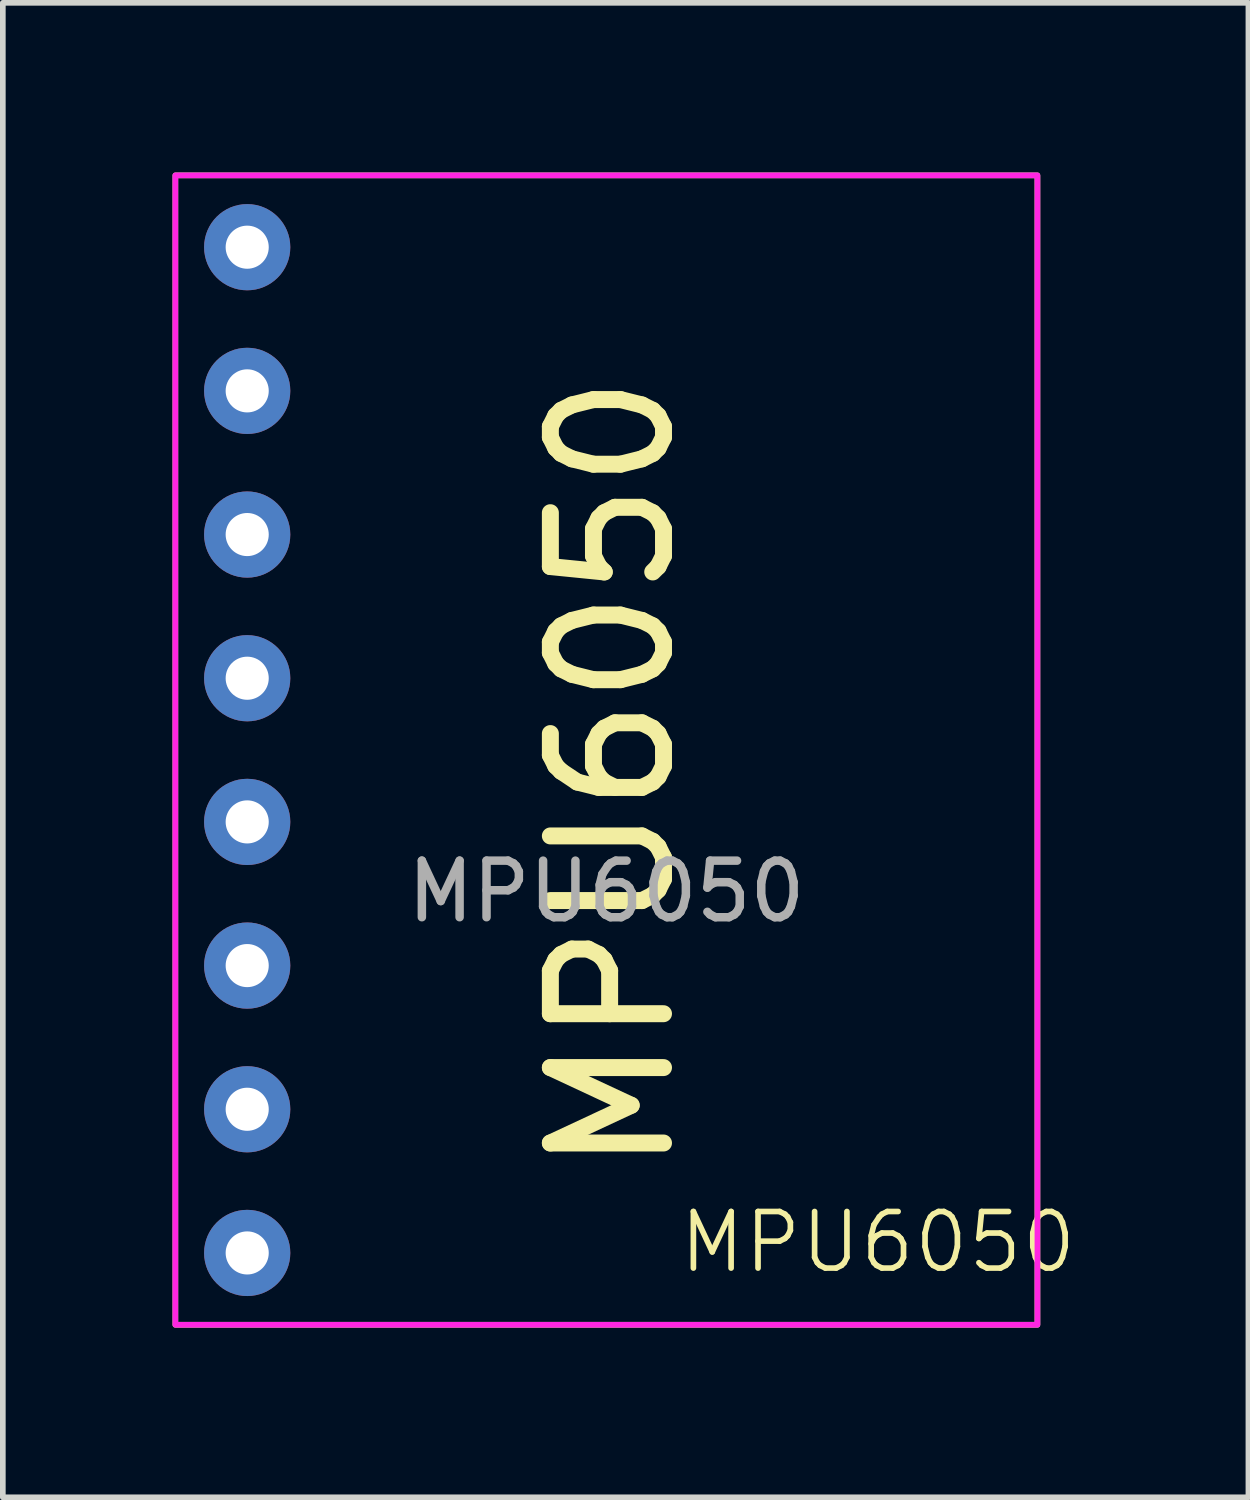
<source format=kicad_pcb>
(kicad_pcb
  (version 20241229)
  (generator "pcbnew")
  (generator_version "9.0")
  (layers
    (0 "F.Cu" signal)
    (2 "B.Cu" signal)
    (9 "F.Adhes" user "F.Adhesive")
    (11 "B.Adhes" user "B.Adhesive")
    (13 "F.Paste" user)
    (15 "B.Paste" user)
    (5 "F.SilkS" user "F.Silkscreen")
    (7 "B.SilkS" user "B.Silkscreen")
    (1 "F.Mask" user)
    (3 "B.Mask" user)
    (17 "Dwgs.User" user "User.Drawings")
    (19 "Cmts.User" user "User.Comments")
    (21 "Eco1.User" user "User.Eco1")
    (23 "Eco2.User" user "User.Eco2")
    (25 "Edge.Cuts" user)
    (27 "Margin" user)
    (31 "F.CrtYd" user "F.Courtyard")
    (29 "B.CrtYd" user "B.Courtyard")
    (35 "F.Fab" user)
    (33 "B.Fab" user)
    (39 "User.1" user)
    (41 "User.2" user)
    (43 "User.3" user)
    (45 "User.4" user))
  (footprint "MPU6050"
    (layer "F.Cu")
    (at 7.67 10.21)
    (property "Reference" "MPU6050" (at 4.8 8.7 0) (unlocked yes) (layer "F.SilkS") (effects (font (size 1 1) (thickness 0.1))))
    (attr through_hole)
    (fp_rect (start -7.62 -10.16) (end 7.62 10.16) (stroke (width 0.1) (type default)) (fill no) (layer "F.SilkS"))
    (fp_rect (start -7.62 -10.16) (end 7.62 10.16) (stroke (width 0.1) (type default)) (fill no) (layer "F.CrtYd"))
    (fp_text user "MPU6050" (at 1.27 7.62 90) (unlocked yes) (layer "F.SilkS") (effects (font (size 2 2) (thickness 0.3)) (justify left bottom)))
    (fp_text user "${REFERENCE}" (at 0 2.5 0) (unlocked yes) (layer "F.Fab") (effects (font (size 1 1) (thickness 0.15))))
    (pad "1" thru_hole circle (at -6.35 -8.89) (size 1.524 1.524) (drill 0.762) (layers "*.Cu" "*.Mask"))
    (pad "2" thru_hole circle (at -6.35 -6.35) (size 1.524 1.524) (drill 0.762) (layers "*.Cu" "*.Mask"))
    (pad "3" thru_hole circle (at -6.35 -3.81) (size 1.524 1.524) (drill 0.762) (layers "*.Cu" "*.Mask"))
    (pad "4" thru_hole circle (at -6.35 -1.27) (size 1.524 1.524) (drill 0.762) (layers "*.Cu" "*.Mask"))
    (pad "5" thru_hole circle (at -6.35 1.27) (size 1.524 1.524) (drill 0.762) (layers "*.Cu" "*.Mask"))
    (pad "6" thru_hole circle (at -6.35 3.81) (size 1.524 1.524) (drill 0.762) (layers "*.Cu" "*.Mask"))
    (pad "7" thru_hole circle (at -6.35 6.35) (size 1.524 1.524) (drill 0.762) (layers "*.Cu" "*.Mask"))
    (pad "8" thru_hole circle (at -6.35 8.89) (size 1.524 1.524) (drill 0.762) (layers "*.Cu" "*.Mask")))
  (gr_rect
    (start -3 -3)
    (end 19.02 23.42)
    (stroke (width 0.1) (type default))
    (fill no)
    (layer "Edge.Cuts")))
</source>
